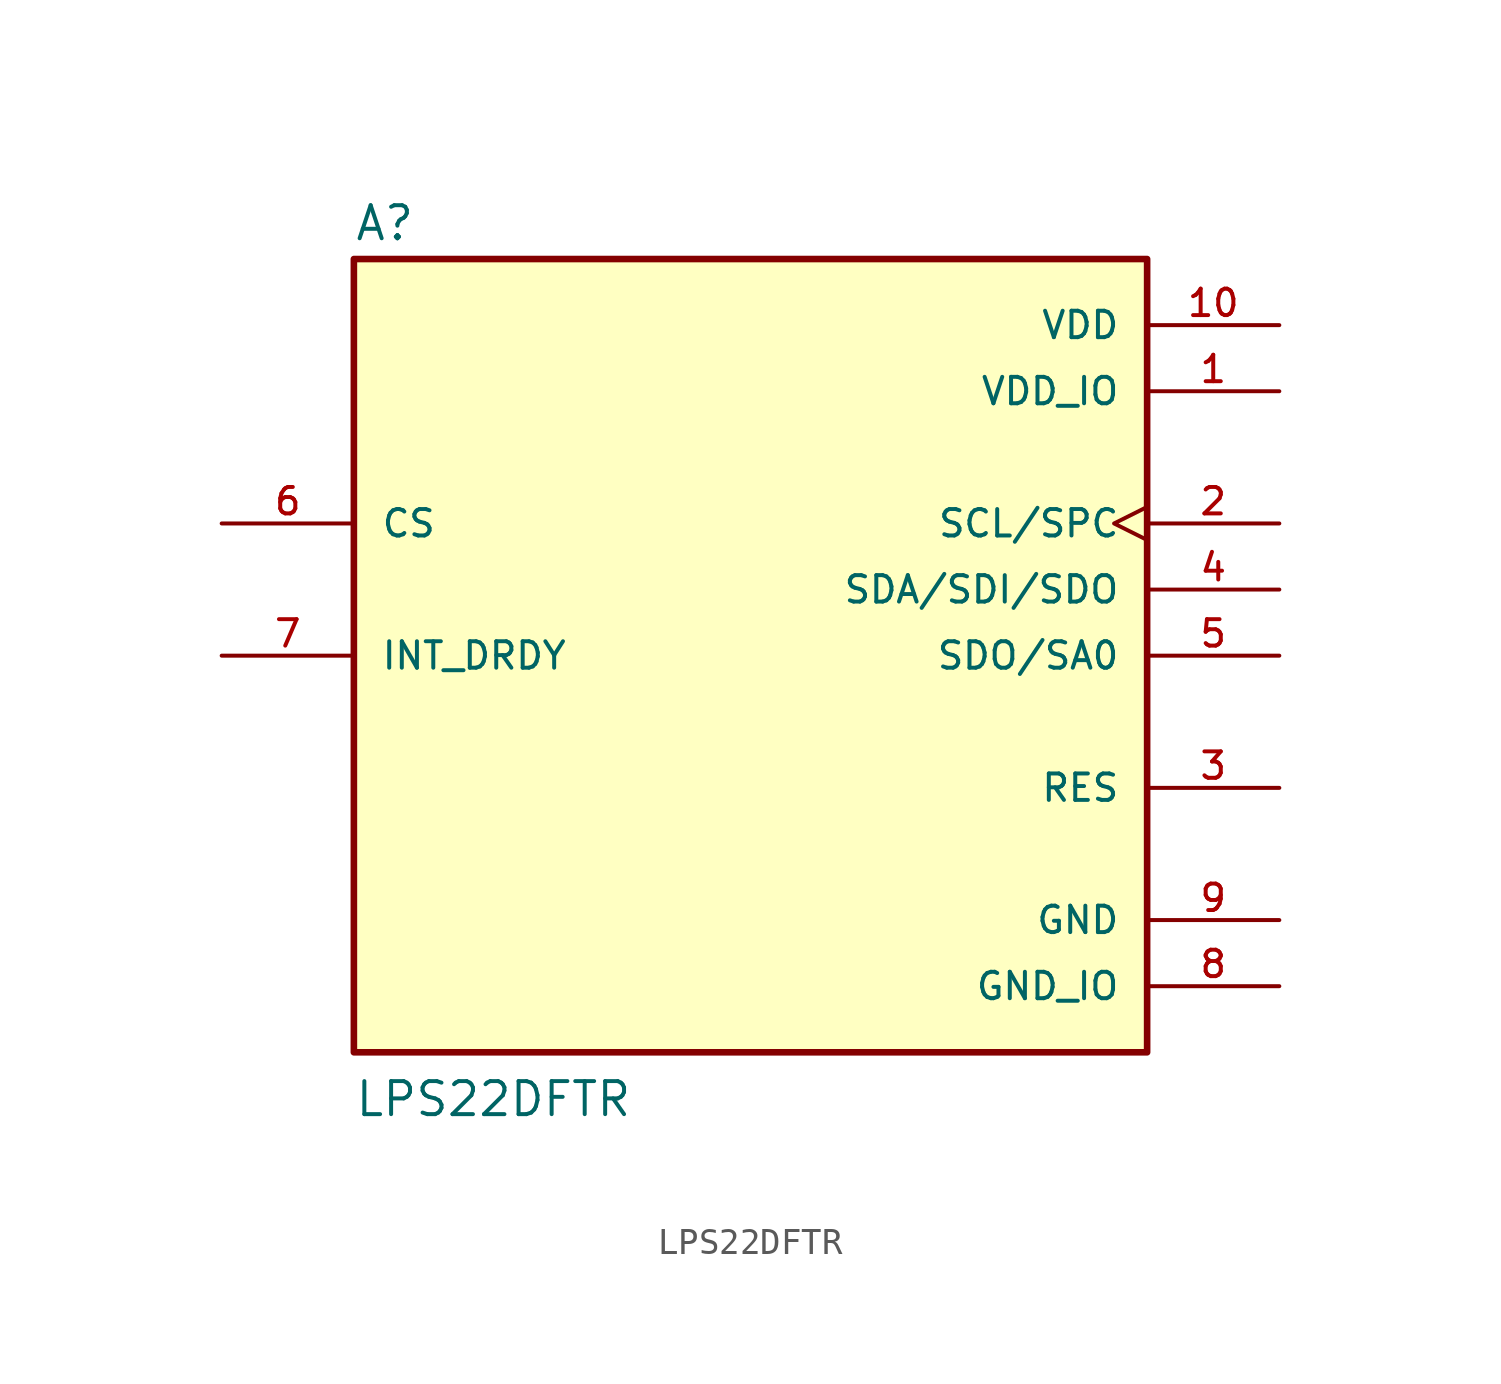
<source format=kicad_sym>
(kicad_symbol_lib
  (version 20211014)
  (generator kicad_symbol_editor)
  (symbol "LPS22DFTR"
    (pin_names
      (offset 1.016))
    (property "Reference" "A"
      (at -15.24 15.875 0)
      (effects (font (size 1.27 1.27)) (justify bottom left)))
    (property "Value" "LPS22DFTR"
      (at -15.24 -17.78 0)
      (effects (font (size 1.27 1.27)) (justify bottom left)))
    (symbol "LPS22DFTR_0_0"
      (rectangle (start -15.24 -15.24) (end 15.24 15.24) (stroke (width 0.254)) (fill (type background)))
      (pin power_in line (at 20.32 10.16 180.0) (length 5.08) (name "VDD_IO" (effects (font (size 1.016 1.016)))) (number "1" (effects (font (size 1.016 1.016)))))
      (pin passive clock (at 20.32 5.08 180.0) (length 5.08) (name "SCL/SPC" (effects (font (size 1.016 1.016)))) (number "2" (effects (font (size 1.016 1.016)))))
      (pin power_in line (at 20.32 12.7 180.0) (length 5.08) (name "VDD" (effects (font (size 1.016 1.016)))) (number "10" (effects (font (size 1.016 1.016)))))
      (pin bidirectional line (at 20.32 2.54 180.0) (length 5.08) (name "SDA/SDI/SDO" (effects (font (size 1.016 1.016)))) (number "4" (effects (font (size 1.016 1.016)))))
      (pin bidirectional line (at 20.32 0.0 180.0) (length 5.08) (name "SDO/SA0" (effects (font (size 1.016 1.016)))) (number "5" (effects (font (size 1.016 1.016)))))
      (pin input line (at -20.32 5.08 0) (length 5.08) (name "CS" (effects (font (size 1.016 1.016)))) (number "6" (effects (font (size 1.016 1.016)))))
      (pin passive line (at -20.32 0.0 0) (length 5.08) (name "INT_DRDY" (effects (font (size 1.016 1.016)))) (number "7" (effects (font (size 1.016 1.016)))))
      (pin power_in line (at 20.32 -10.16 180.0) (length 5.08) (name "GND" (effects (font (size 1.016 1.016)))) (number "9" (effects (font (size 1.016 1.016)))))
      (pin power_in line (at 20.32 -12.7 180.0) (length 5.08) (name "GND_IO" (effects (font (size 1.016 1.016)))) (number "8" (effects (font (size 1.016 1.016)))))
      (pin passive line (at 20.32 -5.08 180.0) (length 5.08) (name "RES" (effects (font (size 1.016 1.016)))) (number "3" (effects (font (size 1.016 1.016))))))))
</source>
